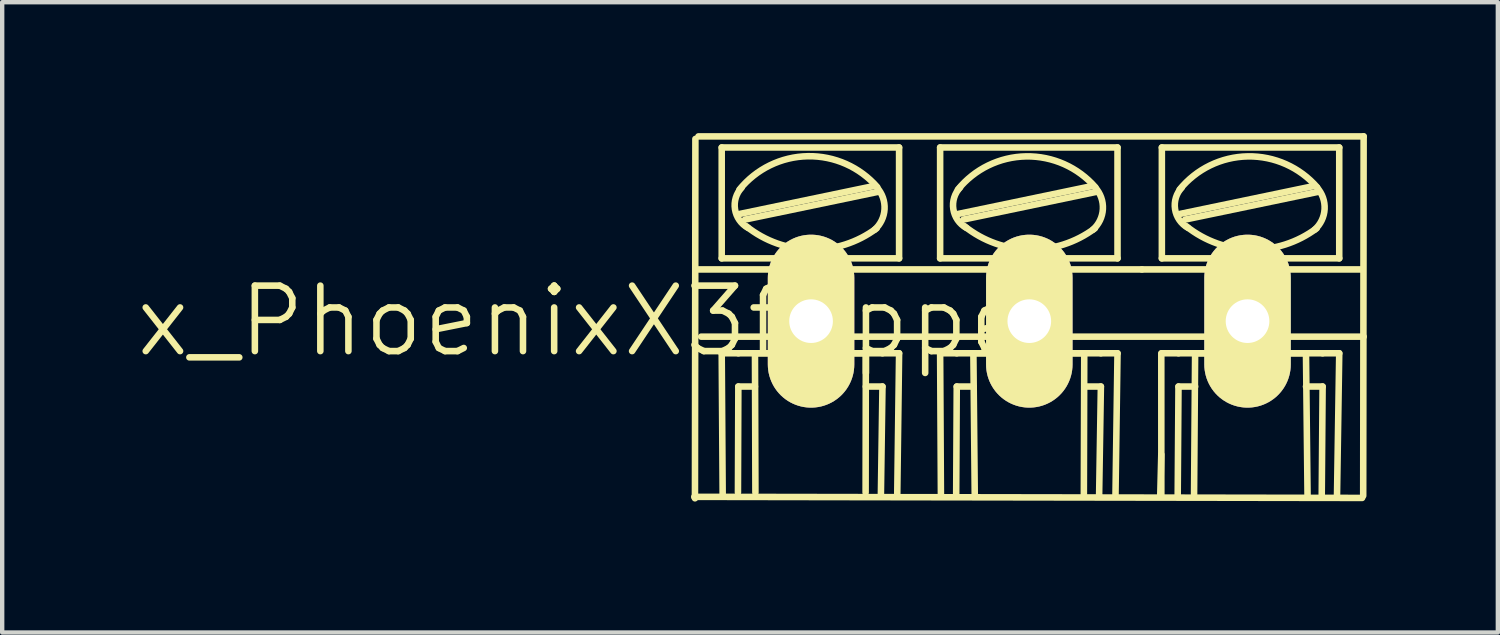
<source format=kicad_pcb>
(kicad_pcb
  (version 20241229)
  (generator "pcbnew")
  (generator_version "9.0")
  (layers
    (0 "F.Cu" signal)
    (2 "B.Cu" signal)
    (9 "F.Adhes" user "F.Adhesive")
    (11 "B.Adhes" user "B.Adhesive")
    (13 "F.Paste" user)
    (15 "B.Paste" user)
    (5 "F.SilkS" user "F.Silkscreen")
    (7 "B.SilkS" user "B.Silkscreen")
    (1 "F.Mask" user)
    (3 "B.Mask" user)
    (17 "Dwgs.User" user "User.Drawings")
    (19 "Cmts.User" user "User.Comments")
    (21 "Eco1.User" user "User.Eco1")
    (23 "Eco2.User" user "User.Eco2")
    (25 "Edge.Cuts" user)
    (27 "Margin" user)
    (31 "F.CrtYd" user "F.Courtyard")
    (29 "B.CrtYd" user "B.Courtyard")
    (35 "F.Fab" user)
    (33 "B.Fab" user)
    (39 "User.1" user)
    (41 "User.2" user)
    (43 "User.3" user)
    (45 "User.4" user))
  (footprint "x_PhoenixX3flipped"
    (layer "F.Cu")
    (at 15.532 5.308)
    (property "Reference" "x_PhoenixX3flipped" (at -4.6 -1 0) (layer "F.SilkS") (effects (font (size 1.5 1.5) (thickness 0.15))))
    (attr exclude_from_pos_files exclude_from_bom)
    (fp_line (start -2.675 3.025) (end 12.625 3.05) (stroke (width 0.15) (type solid)) (layer "F.SilkS"))
    (fp_line (start -2.65 -5.175) (end -2.66 3.058) (stroke (width 0.15) (type solid)) (layer "F.SilkS"))
    (fp_line (start -2.58 -5.233) (end 12.66 -5.233) (stroke (width 0.15) (type solid)) (layer "F.SilkS"))
    (fp_line (start -2.58 -2.185) (end 7.58 -2.185) (stroke (width 0.15) (type solid)) (layer "F.SilkS"))
    (fp_line (start -2.047 -2.439) (end -2.047 -4.979) (stroke (width 0.15) (type solid)) (layer "F.SilkS"))
    (fp_line (start -2.047 -0.264) (end -2.025 2.975) (stroke (width 0.15) (type solid)) (layer "F.SilkS"))
    (fp_line (start -2.047 -0.264) (end -1.666 -0.264) (stroke (width 0.15) (type solid)) (layer "F.SilkS"))
    (fp_line (start -1.675 2.925) (end -1.666 0.498) (stroke (width 0.15) (type solid)) (layer "F.SilkS"))
    (fp_line (start -1.666 0.498) (end -1.285 0.498) (stroke (width 0.15) (type solid)) (layer "F.SilkS"))
    (fp_line (start -1.64 -3.455) (end 1.41 -4.09) (stroke (width 0.15) (type solid)) (layer "F.SilkS"))
    (fp_line (start -1.513 -3.328) (end 1.535 -3.963) (stroke (width 0.15) (type solid)) (layer "F.SilkS"))
    (fp_line (start -1.285 -0.264) (end 1.255 -0.264) (stroke (width 0.15) (type solid)) (layer "F.SilkS"))
    (fp_line (start -1.275 2.925) (end -1.285 -0.264) (stroke (width 0.15) (type solid)) (layer "F.SilkS"))
    (fp_line (start 1.25 2.925) (end 1.255 -0.264) (stroke (width 0.15) (type solid)) (layer "F.SilkS"))
    (fp_line (start 1.6 2.975) (end 1.636 0.498) (stroke (width 0.15) (type solid)) (layer "F.SilkS"))
    (fp_line (start 1.636 -0.264) (end -1.666 -0.264) (stroke (width 0.15) (type solid)) (layer "F.SilkS"))
    (fp_line (start 1.636 0.498) (end 1.255 0.498) (stroke (width 0.15) (type solid)) (layer "F.SilkS"))
    (fp_line (start 1.975 2.95) (end 2.017 -0.264) (stroke (width 0.15) (type solid)) (layer "F.SilkS"))
    (fp_line (start 2.017 -4.979) (end -2.047 -4.979) (stroke (width 0.15) (type solid)) (layer "F.SilkS"))
    (fp_line (start 2.017 -2.439) (end -2.047 -2.439) (stroke (width 0.15) (type solid)) (layer "F.SilkS"))
    (fp_line (start 2.017 -2.439) (end 2.017 -4.979) (stroke (width 0.15) (type solid)) (layer "F.SilkS"))
    (fp_line (start 2.017 -0.264) (end 1.636 -0.264) (stroke (width 0.15) (type solid)) (layer "F.SilkS"))
    (fp_line (start 2.957 -4.979) (end 7.021 -4.979) (stroke (width 0.15) (type solid)) (layer "F.SilkS"))
    (fp_line (start 2.957 -2.439) (end 2.957 -4.979) (stroke (width 0.15) (type solid)) (layer "F.SilkS"))
    (fp_line (start 2.957 -0.264) (end 3.338 -0.264) (stroke (width 0.15) (type solid)) (layer "F.SilkS"))
    (fp_line (start 2.975 2.975) (end 2.957 -0.264) (stroke (width 0.15) (type solid)) (layer "F.SilkS"))
    (fp_line (start 3.325 2.95) (end 3.338 0.498) (stroke (width 0.15) (type solid)) (layer "F.SilkS"))
    (fp_line (start 3.338 -0.264) (end 6.64 -0.264) (stroke (width 0.15) (type solid)) (layer "F.SilkS"))
    (fp_line (start 3.338 0.498) (end 3.719 0.498) (stroke (width 0.15) (type solid)) (layer "F.SilkS"))
    (fp_line (start 3.364 -3.455) (end 6.412 -4.09) (stroke (width 0.15) (type solid)) (layer "F.SilkS"))
    (fp_line (start 3.491 -3.328) (end 6.539 -3.963) (stroke (width 0.15) (type solid)) (layer "F.SilkS"))
    (fp_line (start 3.719 -0.264) (end 6.259 -0.264) (stroke (width 0.15) (type solid)) (layer "F.SilkS"))
    (fp_line (start 3.75 2.95) (end 3.719 -0.264) (stroke (width 0.15) (type solid)) (layer "F.SilkS"))
    (fp_line (start 6.25 2.975) (end 6.259 -0.264) (stroke (width 0.15) (type solid)) (layer "F.SilkS"))
    (fp_line (start 6.6 2.975) (end 6.64 0.498) (stroke (width 0.15) (type solid)) (layer "F.SilkS"))
    (fp_line (start 6.64 0.498) (end 6.259 0.498) (stroke (width 0.15) (type solid)) (layer "F.SilkS"))
    (fp_line (start 7.021 -4.979) (end 7.021 -2.439) (stroke (width 0.15) (type solid)) (layer "F.SilkS"))
    (fp_line (start 7.021 -2.439) (end 2.957 -2.439) (stroke (width 0.15) (type solid)) (layer "F.SilkS"))
    (fp_line (start 7.021 -0.264) (end 6.64 -0.264) (stroke (width 0.15) (type solid)) (layer "F.SilkS"))
    (fp_line (start 7.021 -0.264) (end 6.975 2.975) (stroke (width 0.15) (type solid)) (layer "F.SilkS"))
    (fp_line (start 7.58 -2.185) (end 12.597 -2.185) (stroke (width 0.15) (type solid)) (layer "F.SilkS"))
    (fp_line (start 8.024 2.054) (end 8 3) (stroke (width 0.15) (type solid)) (layer "F.SilkS"))
    (fp_line (start 8.025 2.975) (end 8.024 -0.264) (stroke (width 0.15) (type solid)) (layer "F.SilkS"))
    (fp_line (start 8.037 -4.979) (end 12.101 -4.979) (stroke (width 0.15) (type solid)) (layer "F.SilkS"))
    (fp_line (start 8.037 -2.439) (end 8.037 -4.979) (stroke (width 0.15) (type solid)) (layer "F.SilkS"))
    (fp_line (start 8.037 -0.264) (end 8.418 -0.264) (stroke (width 0.15) (type solid)) (layer "F.SilkS"))
    (fp_line (start 8.4 3) (end 8.418 0.498) (stroke (width 0.15) (type solid)) (layer "F.SilkS"))
    (fp_line (start 8.418 -0.264) (end 11.72 -0.264) (stroke (width 0.15) (type solid)) (layer "F.SilkS"))
    (fp_line (start 8.418 0.498) (end 8.799 0.498) (stroke (width 0.15) (type solid)) (layer "F.SilkS"))
    (fp_line (start 8.444 -3.455) (end 11.492 -4.09) (stroke (width 0.15) (type solid)) (layer "F.SilkS"))
    (fp_line (start 8.571 -3.328) (end 11.619 -3.963) (stroke (width 0.15) (type solid)) (layer "F.SilkS"))
    (fp_line (start 8.775 2.975) (end 8.799 -0.264) (stroke (width 0.15) (type solid)) (layer "F.SilkS"))
    (fp_line (start 8.799 -0.264) (end 11.339 -0.264) (stroke (width 0.15) (type solid)) (layer "F.SilkS"))
    (fp_line (start 11.375 3) (end 11.339 -0.264) (stroke (width 0.15) (type solid)) (layer "F.SilkS"))
    (fp_line (start 11.7 3) (end 11.72 0.498) (stroke (width 0.15) (type solid)) (layer "F.SilkS"))
    (fp_line (start 11.72 0.498) (end 11.339 0.498) (stroke (width 0.15) (type solid)) (layer "F.SilkS"))
    (fp_line (start 12.101 -4.979) (end 12.101 -2.439) (stroke (width 0.15) (type solid)) (layer "F.SilkS"))
    (fp_line (start 12.101 -2.439) (end 8.037 -2.439) (stroke (width 0.15) (type solid)) (layer "F.SilkS"))
    (fp_line (start 12.101 -0.264) (end 11.72 -0.264) (stroke (width 0.15) (type solid)) (layer "F.SilkS"))
    (fp_line (start 12.101 -0.264) (end 12.05 3) (stroke (width 0.15) (type solid)) (layer "F.SilkS"))
    (fp_line (start 12.66 -5.233) (end 12.65 3) (stroke (width 0.15) (type solid)) (layer "F.SilkS"))
    (fp_line (start 12.66 -0.645) (end -2.517 -0.645) (stroke (width 0.15) (type solid)) (layer "F.SilkS"))
    (fp_arc (start -1.6402 -4.0138) (mid -0.075347 -4.778837) (end 1.516573 -4.071847) (stroke (width 0.15) (type solid)) (layer "F.SilkS"))
    (fp_arc (start -1.44462 -3.1375) (mid -1.742784 -3.563845) (end -1.58952 -4.061019) (stroke (width 0.15) (type solid)) (layer "F.SilkS"))
    (fp_arc (start 1.50178 -3.12734) (mid -0.000269 -2.640479) (end -1.485988 -3.175104) (stroke (width 0.15) (type solid)) (layer "F.SilkS"))
    (fp_arc (start 1.5094 -4.06206) (mid 1.683736 -3.565962) (end 1.45415 -3.09289) (stroke (width 0.15) (type solid)) (layer "F.SilkS"))
    (fp_arc (start 3.3636 -4.0138) (mid 4.926638 -4.774946) (end 6.514411 -4.066844) (stroke (width 0.15) (type solid)) (layer "F.SilkS"))
    (fp_arc (start 3.55664 -3.1375) (mid 3.259456 -3.565849) (end 3.414903 -4.063481) (stroke (width 0.15) (type solid)) (layer "F.SilkS"))
    (fp_arc (start 6.50304 -3.12734) (mid 5.000991 -2.640479) (end 3.515272 -3.175104) (stroke (width 0.15) (type solid)) (layer "F.SilkS"))
    (fp_arc (start 6.51066 -4.06206) (mid 6.685748 -3.567765) (end 6.457972 -3.095429) (stroke (width 0.15) (type solid)) (layer "F.SilkS"))
    (fp_arc (start 8.4436 -4.0138) (mid 10.006638 -4.774946) (end 11.594411 -4.066844) (stroke (width 0.15) (type solid)) (layer "F.SilkS"))
    (fp_arc (start 8.63664 -3.1375) (mid 8.339456 -3.565849) (end 8.494903 -4.063481) (stroke (width 0.15) (type solid)) (layer "F.SilkS"))
    (fp_arc (start 11.58304 -3.12734) (mid 10.080991 -2.640479) (end 8.595272 -3.175104) (stroke (width 0.15) (type solid)) (layer "F.SilkS"))
    (fp_arc (start 11.59066 -4.06206) (mid 11.765748 -3.567765) (end 11.537972 -3.095429) (stroke (width 0.15) (type solid)) (layer "F.SilkS"))
    (pad "1" thru_hole oval (at 0 -1) (size 1.981 3.962) (drill 1) (layers "*.Cu" "*.Mask" "F.SilkS"))
    (pad "2" thru_hole oval (at 5 -1) (size 1.981 3.962) (drill 1) (layers "*.Cu" "*.Mask" "F.SilkS"))
    (pad "3" thru_hole oval (at 10 -1) (size 1.981 3.962) (drill 1) (layers "*.Cu" "*.Mask" "F.SilkS")))
  (gr_rect
    (start -3 -3)
    (end 31.267 11.441)
    (stroke (width 0.1) (type default))
    (fill no)
    (layer "Edge.Cuts")))
</source>
